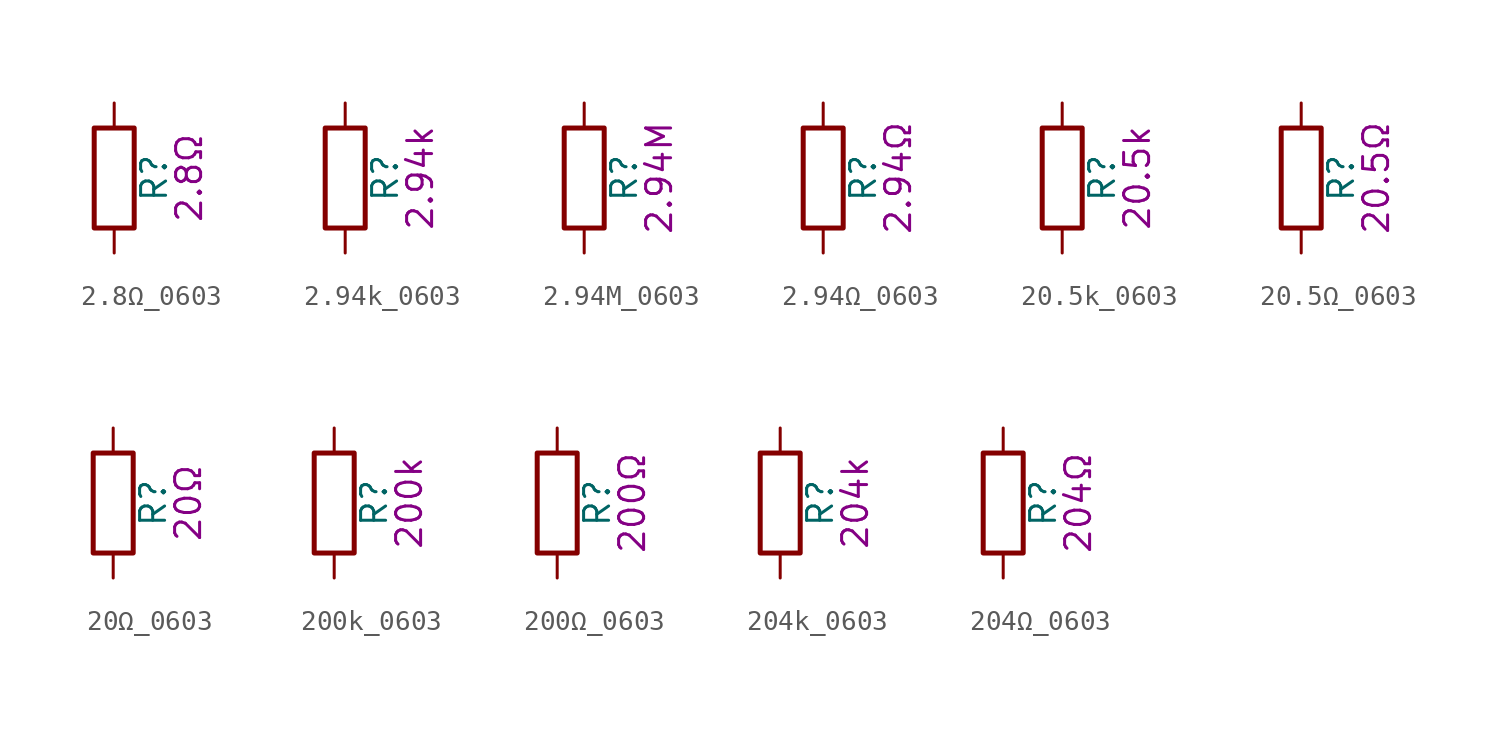
<source format=kicad_sym>
(kicad_symbol_lib
  (version 20211014)
  (generator kicad_symbol_editor)
  (symbol "2.8Ω_0603"
    (pin_numbers hide)
    (pin_names
      (offset 0))
    (property "Reference" "R"
      (at 2.032 0 90)
      (effects (font (size 1.27 1.27))))
    (property "Display" "2.8Ω"
      (at 3.81 0 90)
      (effects (font (size 1.27 1.27))))
    (symbol "2.8Ω_0603_0_1"
      (rectangle (start -1.016 -2.54) (end 1.016 2.54) (stroke (width 0.254) (type default) (color 0 0 0 0)) (fill (type none))))
    (symbol "2.8Ω_0603_1_1"
      (pin passive line (at 0 3.81 270) (length 1.27) (name "~" (effects (font (size 1.27 1.27)))) (number "1" (effects (font (size 1.27 1.27)))))
      (pin passive line (at 0 -3.81 90) (length 1.27) (name "~" (effects (font (size 1.27 1.27)))) (number "2" (effects (font (size 1.27 1.27)))))))
  (symbol "2.94k_0603"
    (pin_numbers hide)
    (pin_names
      (offset 0))
    (property "Reference" "R"
      (at 2.032 0 90)
      (effects (font (size 1.27 1.27))))
    (property "Display" "2.94k"
      (at 3.81 0 90)
      (effects (font (size 1.27 1.27))))
    (symbol "2.94k_0603_0_1"
      (rectangle (start -1.016 -2.54) (end 1.016 2.54) (stroke (width 0.254) (type default) (color 0 0 0 0)) (fill (type none))))
    (symbol "2.94k_0603_1_1"
      (pin passive line (at 0 3.81 270) (length 1.27) (name "~" (effects (font (size 1.27 1.27)))) (number "1" (effects (font (size 1.27 1.27)))))
      (pin passive line (at 0 -3.81 90) (length 1.27) (name "~" (effects (font (size 1.27 1.27)))) (number "2" (effects (font (size 1.27 1.27)))))))
  (symbol "2.94M_0603"
    (pin_numbers hide)
    (pin_names
      (offset 0))
    (property "Reference" "R"
      (at 2.032 0 90)
      (effects (font (size 1.27 1.27))))
    (property "Display" "2.94M"
      (at 3.81 0 90)
      (effects (font (size 1.27 1.27))))
    (symbol "2.94M_0603_0_1"
      (rectangle (start -1.016 -2.54) (end 1.016 2.54) (stroke (width 0.254) (type default) (color 0 0 0 0)) (fill (type none))))
    (symbol "2.94M_0603_1_1"
      (pin passive line (at 0 3.81 270) (length 1.27) (name "~" (effects (font (size 1.27 1.27)))) (number "1" (effects (font (size 1.27 1.27)))))
      (pin passive line (at 0 -3.81 90) (length 1.27) (name "~" (effects (font (size 1.27 1.27)))) (number "2" (effects (font (size 1.27 1.27)))))))
  (symbol "2.94Ω_0603"
    (pin_numbers hide)
    (pin_names
      (offset 0))
    (property "Reference" "R"
      (at 2.032 0 90)
      (effects (font (size 1.27 1.27))))
    (property "Display" "2.94Ω"
      (at 3.81 0 90)
      (effects (font (size 1.27 1.27))))
    (symbol "2.94Ω_0603_0_1"
      (rectangle (start -1.016 -2.54) (end 1.016 2.54) (stroke (width 0.254) (type default) (color 0 0 0 0)) (fill (type none))))
    (symbol "2.94Ω_0603_1_1"
      (pin passive line (at 0 3.81 270) (length 1.27) (name "~" (effects (font (size 1.27 1.27)))) (number "1" (effects (font (size 1.27 1.27)))))
      (pin passive line (at 0 -3.81 90) (length 1.27) (name "~" (effects (font (size 1.27 1.27)))) (number "2" (effects (font (size 1.27 1.27)))))))
  (symbol "20.5k_0603"
    (pin_numbers hide)
    (pin_names
      (offset 0))
    (property "Reference" "R"
      (at 2.032 0 90)
      (effects (font (size 1.27 1.27))))
    (property "Display" "20.5k"
      (at 3.81 0 90)
      (effects (font (size 1.27 1.27))))
    (symbol "20.5k_0603_0_1"
      (rectangle (start -1.016 -2.54) (end 1.016 2.54) (stroke (width 0.254) (type default) (color 0 0 0 0)) (fill (type none))))
    (symbol "20.5k_0603_1_1"
      (pin passive line (at 0 3.81 270) (length 1.27) (name "~" (effects (font (size 1.27 1.27)))) (number "1" (effects (font (size 1.27 1.27)))))
      (pin passive line (at 0 -3.81 90) (length 1.27) (name "~" (effects (font (size 1.27 1.27)))) (number "2" (effects (font (size 1.27 1.27)))))))
  (symbol "20.5Ω_0603"
    (pin_numbers hide)
    (pin_names
      (offset 0))
    (property "Reference" "R"
      (at 2.032 0 90)
      (effects (font (size 1.27 1.27))))
    (property "Display" "20.5Ω"
      (at 3.81 0 90)
      (effects (font (size 1.27 1.27))))
    (symbol "20.5Ω_0603_0_1"
      (rectangle (start -1.016 -2.54) (end 1.016 2.54) (stroke (width 0.254) (type default) (color 0 0 0 0)) (fill (type none))))
    (symbol "20.5Ω_0603_1_1"
      (pin passive line (at 0 3.81 270) (length 1.27) (name "~" (effects (font (size 1.27 1.27)))) (number "1" (effects (font (size 1.27 1.27)))))
      (pin passive line (at 0 -3.81 90) (length 1.27) (name "~" (effects (font (size 1.27 1.27)))) (number "2" (effects (font (size 1.27 1.27)))))))
  (symbol "20Ω_0603"
    (pin_numbers hide)
    (pin_names
      (offset 0))
    (property "Reference" "R"
      (at 2.032 0 90)
      (effects (font (size 1.27 1.27))))
    (property "Display" "20Ω"
      (at 3.81 0 90)
      (effects (font (size 1.27 1.27))))
    (symbol "20Ω_0603_0_1"
      (rectangle (start -1.016 -2.54) (end 1.016 2.54) (stroke (width 0.254) (type default) (color 0 0 0 0)) (fill (type none))))
    (symbol "20Ω_0603_1_1"
      (pin passive line (at 0 3.81 270) (length 1.27) (name "~" (effects (font (size 1.27 1.27)))) (number "1" (effects (font (size 1.27 1.27)))))
      (pin passive line (at 0 -3.81 90) (length 1.27) (name "~" (effects (font (size 1.27 1.27)))) (number "2" (effects (font (size 1.27 1.27)))))))
  (symbol "200k_0603"
    (pin_numbers hide)
    (pin_names
      (offset 0))
    (property "Reference" "R"
      (at 2.032 0 90)
      (effects (font (size 1.27 1.27))))
    (property "Display" "200k"
      (at 3.81 0 90)
      (effects (font (size 1.27 1.27))))
    (symbol "200k_0603_0_1"
      (rectangle (start -1.016 -2.54) (end 1.016 2.54) (stroke (width 0.254) (type default) (color 0 0 0 0)) (fill (type none))))
    (symbol "200k_0603_1_1"
      (pin passive line (at 0 3.81 270) (length 1.27) (name "~" (effects (font (size 1.27 1.27)))) (number "1" (effects (font (size 1.27 1.27)))))
      (pin passive line (at 0 -3.81 90) (length 1.27) (name "~" (effects (font (size 1.27 1.27)))) (number "2" (effects (font (size 1.27 1.27)))))))
  (symbol "200Ω_0603"
    (pin_numbers hide)
    (pin_names
      (offset 0))
    (property "Reference" "R"
      (at 2.032 0 90)
      (effects (font (size 1.27 1.27))))
    (property "Display" "200Ω"
      (at 3.81 0 90)
      (effects (font (size 1.27 1.27))))
    (symbol "200Ω_0603_0_1"
      (rectangle (start -1.016 -2.54) (end 1.016 2.54) (stroke (width 0.254) (type default) (color 0 0 0 0)) (fill (type none))))
    (symbol "200Ω_0603_1_1"
      (pin passive line (at 0 3.81 270) (length 1.27) (name "~" (effects (font (size 1.27 1.27)))) (number "1" (effects (font (size 1.27 1.27)))))
      (pin passive line (at 0 -3.81 90) (length 1.27) (name "~" (effects (font (size 1.27 1.27)))) (number "2" (effects (font (size 1.27 1.27)))))))
  (symbol "204k_0603"
    (pin_numbers hide)
    (pin_names
      (offset 0))
    (property "Reference" "R"
      (at 2.032 0 90)
      (effects (font (size 1.27 1.27))))
    (property "Display" "204k"
      (at 3.81 0 90)
      (effects (font (size 1.27 1.27))))
    (symbol "204k_0603_0_1"
      (rectangle (start -1.016 -2.54) (end 1.016 2.54) (stroke (width 0.254) (type default) (color 0 0 0 0)) (fill (type none))))
    (symbol "204k_0603_1_1"
      (pin passive line (at 0 3.81 270) (length 1.27) (name "~" (effects (font (size 1.27 1.27)))) (number "1" (effects (font (size 1.27 1.27)))))
      (pin passive line (at 0 -3.81 90) (length 1.27) (name "~" (effects (font (size 1.27 1.27)))) (number "2" (effects (font (size 1.27 1.27)))))))
  (symbol "204Ω_0603"
    (pin_numbers hide)
    (pin_names
      (offset 0))
    (property "Reference" "R"
      (at 2.032 0 90)
      (effects (font (size 1.27 1.27))))
    (property "Display" "204Ω"
      (at 3.81 0 90)
      (effects (font (size 1.27 1.27))))
    (symbol "204Ω_0603_0_1"
      (rectangle (start -1.016 -2.54) (end 1.016 2.54) (stroke (width 0.254) (type default) (color 0 0 0 0)) (fill (type none))))
    (symbol "204Ω_0603_1_1"
      (pin passive line (at 0 3.81 270) (length 1.27) (name "~" (effects (font (size 1.27 1.27)))) (number "1" (effects (font (size 1.27 1.27)))))
      (pin passive line (at 0 -3.81 90) (length 1.27) (name "~" (effects (font (size 1.27 1.27)))) (number "2" (effects (font (size 1.27 1.27))))))))
</source>
